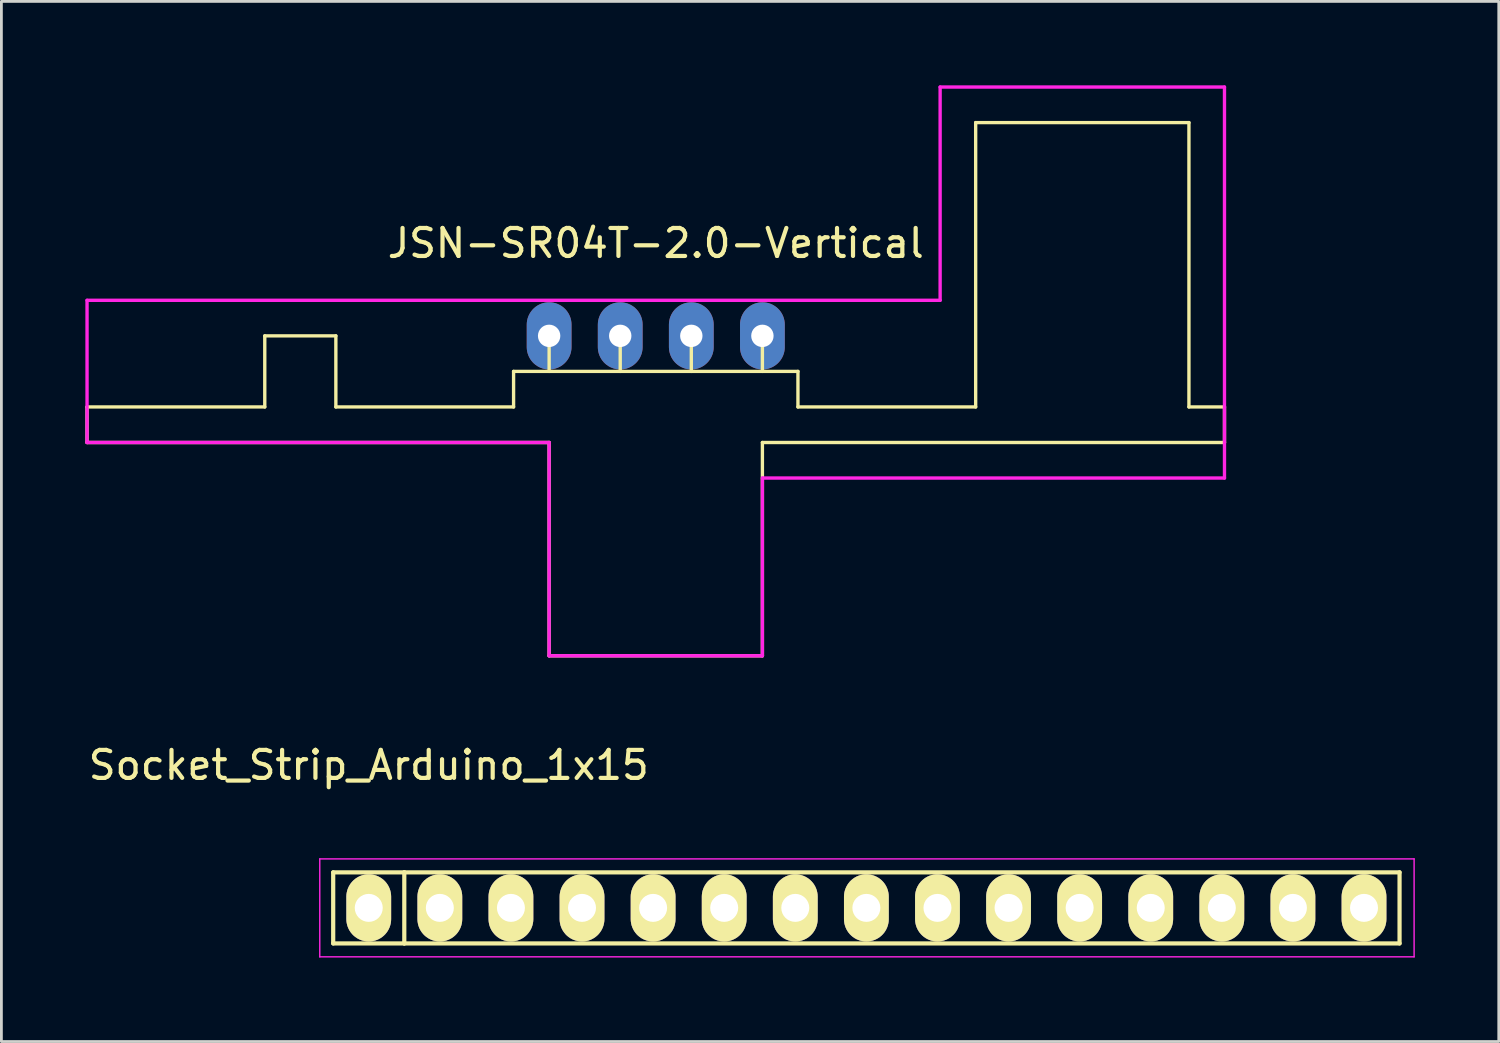
<source format=kicad_pcb>
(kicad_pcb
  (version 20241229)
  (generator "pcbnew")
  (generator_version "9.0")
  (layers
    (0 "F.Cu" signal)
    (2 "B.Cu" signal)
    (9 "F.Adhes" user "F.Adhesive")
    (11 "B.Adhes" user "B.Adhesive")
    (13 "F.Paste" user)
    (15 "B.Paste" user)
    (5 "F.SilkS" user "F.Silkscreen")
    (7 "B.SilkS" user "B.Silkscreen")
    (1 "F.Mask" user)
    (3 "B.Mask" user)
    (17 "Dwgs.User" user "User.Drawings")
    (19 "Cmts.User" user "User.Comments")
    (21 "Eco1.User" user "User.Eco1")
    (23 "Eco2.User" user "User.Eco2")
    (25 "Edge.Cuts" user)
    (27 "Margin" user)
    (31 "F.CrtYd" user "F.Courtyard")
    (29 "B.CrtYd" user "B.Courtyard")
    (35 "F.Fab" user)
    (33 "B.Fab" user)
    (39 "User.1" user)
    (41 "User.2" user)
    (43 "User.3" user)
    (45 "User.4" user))
  (footprint "Socket_Strip_Arduino_1x15"
    (layer "F.Cu")
    (at 10.125 29.388)
    (property "Reference" "Socket_Strip_Arduino_1x15" (at 0 -5.1 0) (layer "F.SilkS") (effects (font (size 1 1) (thickness 0.15))))
    (attr through_hole)
    (fp_line (start -1.27 -1.27) (end -1.27 1.27) (stroke (width 0.15) (type solid)) (layer "F.SilkS"))
    (fp_line (start -1.27 1.27) (end 1.27 1.27) (stroke (width 0.15) (type solid)) (layer "F.SilkS"))
    (fp_line (start 1.27 -1.27) (end -1.27 -1.27) (stroke (width 0.15) (type solid)) (layer "F.SilkS"))
    (fp_line (start 1.27 -1.27) (end 36.83 -1.27) (stroke (width 0.15) (type solid)) (layer "F.SilkS"))
    (fp_line (start 1.27 1.27) (end 1.27 -1.27) (stroke (width 0.15) (type solid)) (layer "F.SilkS"))
    (fp_line (start 36.83 -1.27) (end 36.83 1.27) (stroke (width 0.15) (type solid)) (layer "F.SilkS"))
    (fp_line (start 36.83 1.27) (end 1.27 1.27) (stroke (width 0.15) (type solid)) (layer "F.SilkS"))
    (fp_line (start -1.75 -1.75) (end -1.75 1.75) (stroke (width 0.05) (type solid)) (layer "F.CrtYd"))
    (fp_line (start -1.75 -1.75) (end 37.35 -1.75) (stroke (width 0.05) (type solid)) (layer "F.CrtYd"))
    (fp_line (start -1.75 1.75) (end 37.35 1.75) (stroke (width 0.05) (type solid)) (layer "F.CrtYd"))
    (fp_line (start 37.35 -1.75) (end 37.35 1.75) (stroke (width 0.05) (type solid)) (layer "F.CrtYd"))
    (pad "1" thru_hole oval (at 0 0) (size 1.6 2.4) (drill 1) (layers "*.Cu" "*.Mask" "F.SilkS"))
    (pad "2" thru_hole oval (at 2.54 0) (size 1.6 2.4) (drill 1) (layers "*.Cu" "*.Mask" "F.SilkS"))
    (pad "3" thru_hole oval (at 5.08 0) (size 1.6 2.4) (drill 1) (layers "*.Cu" "*.Mask" "F.SilkS"))
    (pad "4" thru_hole oval (at 7.62 0) (size 1.6 2.4) (drill 1) (layers "*.Cu" "*.Mask" "F.SilkS"))
    (pad "5" thru_hole oval (at 10.16 0) (size 1.6 2.4) (drill 1) (layers "*.Cu" "*.Mask" "F.SilkS"))
    (pad "6" thru_hole oval (at 12.7 0) (size 1.6 2.4) (drill 1) (layers "*.Cu" "*.Mask" "F.SilkS"))
    (pad "7" thru_hole oval (at 15.24 0) (size 1.6 2.4) (drill 1) (layers "*.Cu" "*.Mask" "F.SilkS"))
    (pad "8" thru_hole oval (at 17.78 0) (size 1.6 2.4) (drill 1) (layers "*.Cu" "*.Mask" "F.SilkS"))
    (pad "9" thru_hole oval (at 20.32 0) (size 1.6 2.4) (drill 1) (layers "*.Cu" "*.Mask" "F.SilkS"))
    (pad "10" thru_hole oval (at 22.86 0) (size 1.6 2.4) (drill 1) (layers "*.Cu" "*.Mask" "F.SilkS"))
    (pad "11" thru_hole oval (at 25.4 0) (size 1.6 2.4) (drill 1) (layers "*.Cu" "*.Mask" "F.SilkS"))
    (pad "12" thru_hole oval (at 27.94 0) (size 1.6 2.4) (drill 1) (layers "*.Cu" "*.Mask" "F.SilkS"))
    (pad "13" thru_hole oval (at 30.48 0) (size 1.6 2.4) (drill 1) (layers "*.Cu" "*.Mask" "F.SilkS"))
    (pad "14" thru_hole oval (at 33.02 0) (size 1.6 2.4) (drill 1) (layers "*.Cu" "*.Mask" "F.SilkS"))
    (pad "15" thru_hole oval (at 35.56 0) (size 1.6 2.4) (drill 1) (layers "*.Cu" "*.Mask" "F.SilkS")))
  (footprint "JSN-SR04T-2.0-Vertical"
    (layer "F.Cu")
    (at 20.38 5.14)
    (property "Reference" "JSN-SR04T-2.0-Vertical" (at 0 0.5 0) (layer "F.SilkS") (effects (font (size 1 1) (thickness 0.15))))
    (attr through_hole)
    (fp_line (start -20.32 6.35) (end -13.97 6.35) (stroke (width 0.12) (type solid)) (layer "F.SilkS"))
    (fp_line (start -20.32 7.62) (end -20.32 6.35) (stroke (width 0.12) (type solid)) (layer "F.SilkS"))
    (fp_line (start -13.97 3.81) (end -13.97 6.35) (stroke (width 0.12) (type solid)) (layer "F.SilkS"))
    (fp_line (start -11.43 3.81) (end -13.97 3.81) (stroke (width 0.12) (type solid)) (layer "F.SilkS"))
    (fp_line (start -11.43 6.35) (end -11.43 3.81) (stroke (width 0.12) (type solid)) (layer "F.SilkS"))
    (fp_line (start -5.08 5.08) (end 5.08 5.08) (stroke (width 0.12) (type solid)) (layer "F.SilkS"))
    (fp_line (start -5.08 6.35) (end -11.43 6.35) (stroke (width 0.12) (type solid)) (layer "F.SilkS"))
    (fp_line (start -5.08 6.35) (end -5.08 5.08) (stroke (width 0.12) (type solid)) (layer "F.SilkS"))
    (fp_line (start -3.81 3.81) (end -3.81 5.08) (stroke (width 0.12) (type solid)) (layer "F.SilkS"))
    (fp_line (start -3.81 7.62) (end -20.32 7.62) (stroke (width 0.12) (type solid)) (layer "F.SilkS"))
    (fp_line (start -3.81 15.24) (end -3.81 7.62) (stroke (width 0.12) (type solid)) (layer "F.SilkS"))
    (fp_line (start -1.27 3.81) (end -1.27 5.08) (stroke (width 0.12) (type solid)) (layer "F.SilkS"))
    (fp_line (start 1.27 3.81) (end 1.27 5.08) (stroke (width 0.12) (type solid)) (layer "F.SilkS"))
    (fp_line (start 3.81 3.81) (end 3.81 5.08) (stroke (width 0.12) (type solid)) (layer "F.SilkS"))
    (fp_line (start 3.81 7.62) (end 3.81 15.24) (stroke (width 0.12) (type solid)) (layer "F.SilkS"))
    (fp_line (start 3.81 15.24) (end -3.81 15.24) (stroke (width 0.12) (type solid)) (layer "F.SilkS"))
    (fp_line (start 5.08 5.08) (end 5.08 6.35) (stroke (width 0.12) (type solid)) (layer "F.SilkS"))
    (fp_line (start 5.08 6.35) (end 11.43 6.35) (stroke (width 0.12) (type solid)) (layer "F.SilkS"))
    (fp_line (start 11.43 -3.81) (end 19.05 -3.81) (stroke (width 0.12) (type solid)) (layer "F.SilkS"))
    (fp_line (start 11.43 6.35) (end 11.43 -3.81) (stroke (width 0.12) (type solid)) (layer "F.SilkS"))
    (fp_line (start 19.05 -3.81) (end 19.05 6.35) (stroke (width 0.12) (type solid)) (layer "F.SilkS"))
    (fp_line (start 19.05 6.35) (end 20.32 6.35) (stroke (width 0.12) (type solid)) (layer "F.SilkS"))
    (fp_line (start 20.32 6.35) (end 20.32 7.62) (stroke (width 0.12) (type solid)) (layer "F.SilkS"))
    (fp_line (start 20.32 7.62) (end 3.81 7.62) (stroke (width 0.12) (type solid)) (layer "F.SilkS"))
    (fp_line (start -20.32 2.54) (end 10.16 2.54) (stroke (width 0.12) (type solid)) (layer "F.CrtYd"))
    (fp_line (start -20.32 7.62) (end -20.32 2.54) (stroke (width 0.12) (type solid)) (layer "F.CrtYd"))
    (fp_line (start -3.81 7.62) (end -20.32 7.62) (stroke (width 0.12) (type solid)) (layer "F.CrtYd"))
    (fp_line (start -3.81 15.24) (end -3.81 7.62) (stroke (width 0.12) (type solid)) (layer "F.CrtYd"))
    (fp_line (start 3.81 8.89) (end 3.81 15.24) (stroke (width 0.12) (type solid)) (layer "F.CrtYd"))
    (fp_line (start 3.81 15.24) (end -3.81 15.24) (stroke (width 0.12) (type solid)) (layer "F.CrtYd"))
    (fp_line (start 10.16 -5.08) (end 20.32 -5.08) (stroke (width 0.12) (type solid)) (layer "F.CrtYd"))
    (fp_line (start 10.16 2.54) (end 10.16 -5.08) (stroke (width 0.12) (type solid)) (layer "F.CrtYd"))
    (fp_line (start 20.32 -5.08) (end 20.32 8.89) (stroke (width 0.12) (type solid)) (layer "F.CrtYd"))
    (fp_line (start 20.32 8.89) (end 3.81 8.89) (stroke (width 0.12) (type solid)) (layer "F.CrtYd"))
    (pad "1" thru_hole oval (at -3.81 3.81 90) (size 2.4 1.6) (drill 0.8) (layers "*.Cu" "*.Mask"))
    (pad "2" thru_hole oval (at -1.27 3.81 90) (size 2.4 1.6) (drill 0.8) (layers "*.Cu" "*.Mask"))
    (pad "3" thru_hole oval (at 1.27 3.81 90) (size 2.4 1.6) (drill 0.8) (layers "*.Cu" "*.Mask"))
    (pad "4" thru_hole oval (at 3.81 3.81 90) (size 2.4 1.6) (drill 0.8) (layers "*.Cu" "*.Mask")))
  (gr_rect
    (start -3 -3)
    (end 50.5 34.163)
    (stroke (width 0.1) (type default))
    (fill no)
    (layer "Edge.Cuts")))
</source>
